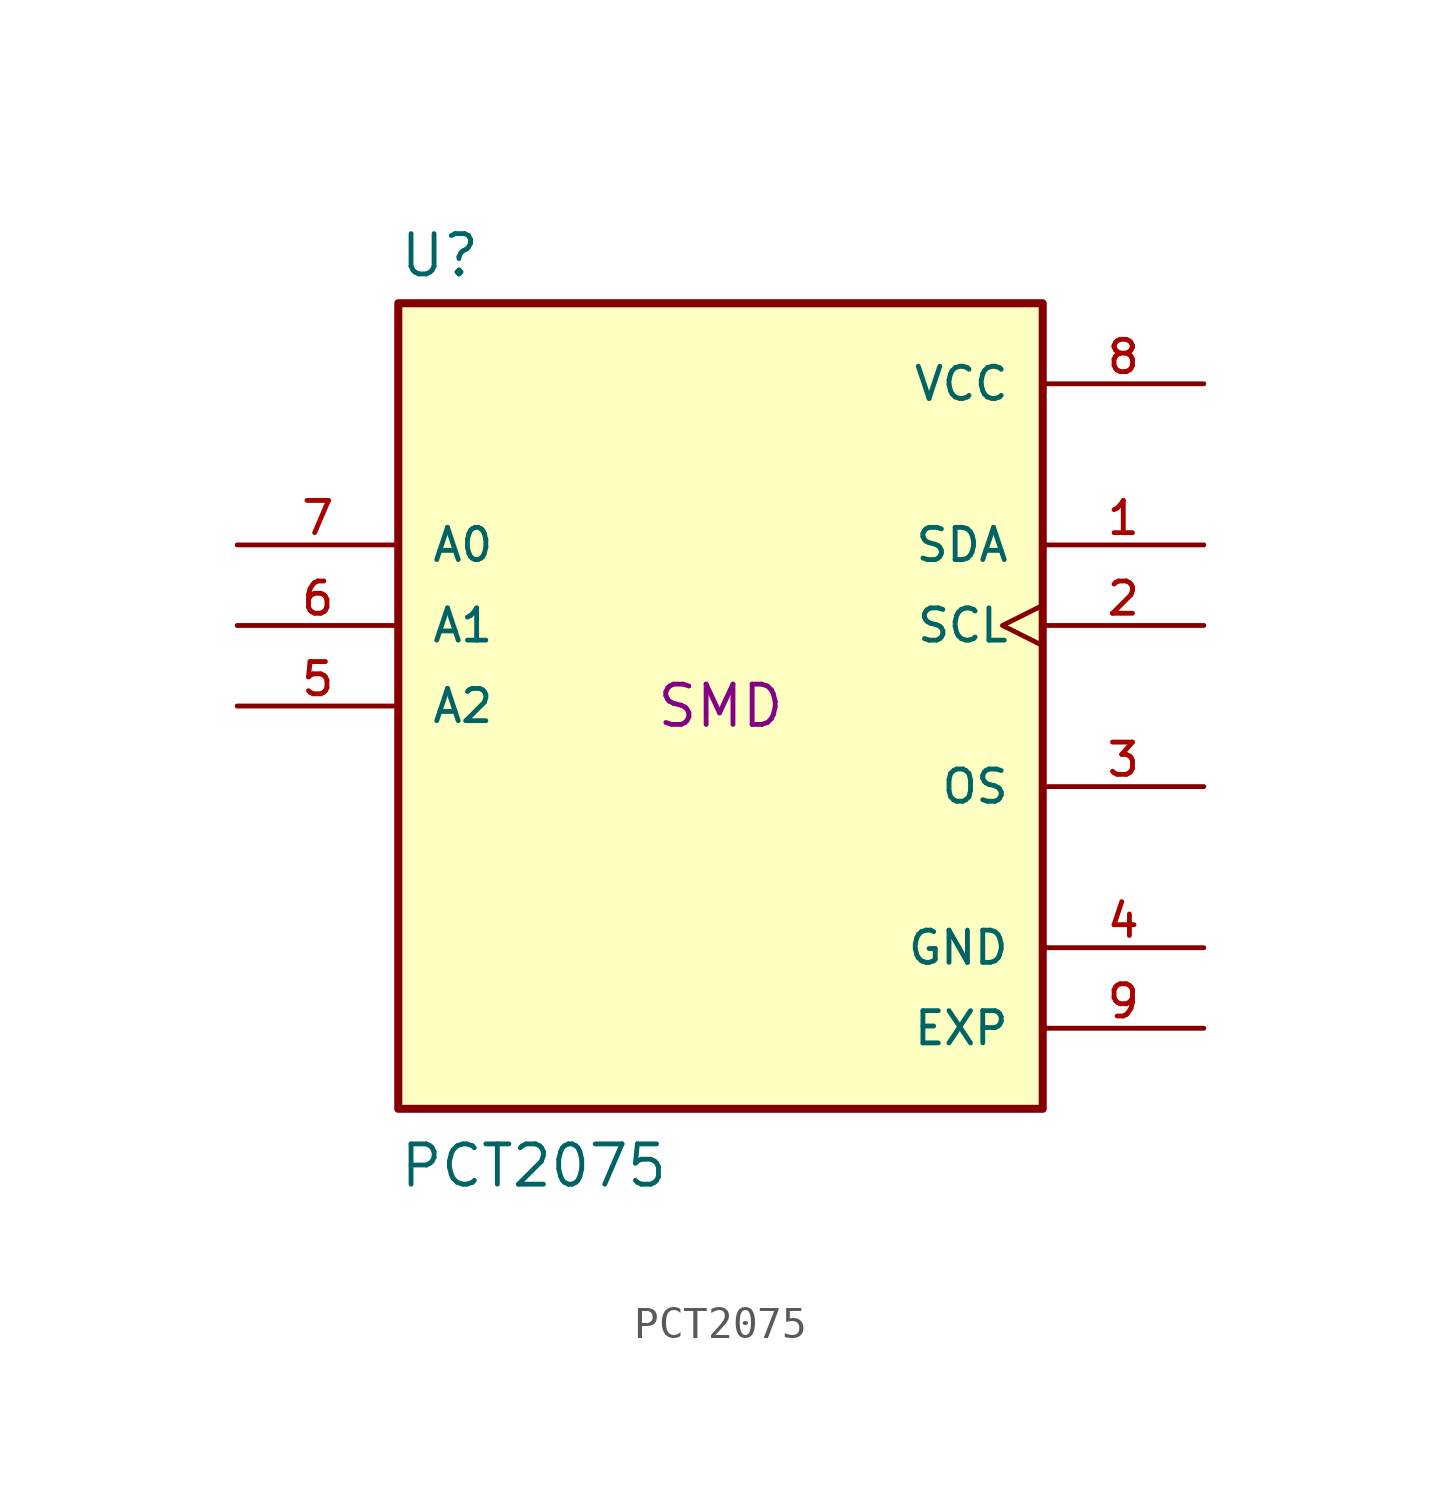
<source format=kicad_sym>
(kicad_symbol_lib
  (version 20231120)
  (generator "kicad_symbol_editor")
  (generator_version "8.0")
  (symbol "PCT2075"
    (pin_names
      (offset 1.016))
    (property "Reference" "U"
      (at -10.16 13.462 0)
      (effects (font (size 1.27 1.27)) (justify left bottom)))
    (property "Value" "PCT2075"
      (at -10.16 -15.24 0)
      (effects (font (size 1.27 1.27)) (justify left bottom)))
    (property "Type" "SMD"
      (at 0 0 0)
      (effects (font (size 1.27 1.27))))
    (symbol "PCT2075_0_0"
      (rectangle (start -10.16 -12.7) (end 10.16 12.7) (stroke (width 0.254) (type default)) (fill (type background)))
      (pin bidirectional line (at 15.24 5.08 180) (length 5.08) (name "SDA" (effects (font (size 1.016 1.016)))) (number "1" (effects (font (size 1.016 1.016)))))
      (pin input clock (at 15.24 2.54 180) (length 5.08) (name "SCL" (effects (font (size 1.016 1.016)))) (number "2" (effects (font (size 1.016 1.016)))))
      (pin output line (at 15.24 -2.54 180) (length 5.08) (name "OS" (effects (font (size 1.016 1.016)))) (number "3" (effects (font (size 1.016 1.016)))))
      (pin power_in line (at 15.24 -7.62 180) (length 5.08) (name "GND" (effects (font (size 1.016 1.016)))) (number "4" (effects (font (size 1.016 1.016)))))
      (pin input line (at -15.24 0 0) (length 5.08) (name "A2" (effects (font (size 1.016 1.016)))) (number "5" (effects (font (size 1.016 1.016)))))
      (pin input line (at -15.24 2.54 0) (length 5.08) (name "A1" (effects (font (size 1.016 1.016)))) (number "6" (effects (font (size 1.016 1.016)))))
      (pin input line (at -15.24 5.08 0) (length 5.08) (name "A0" (effects (font (size 1.016 1.016)))) (number "7" (effects (font (size 1.016 1.016)))))
      (pin power_in line (at 15.24 10.16 180) (length 5.08) (name "VCC" (effects (font (size 1.016 1.016)))) (number "8" (effects (font (size 1.016 1.016)))))
      (pin passive line (at 15.24 -10.16 180) (length 5.08) (name "EXP" (effects (font (size 1.016 1.016)))) (number "9" (effects (font (size 1.016 1.016))))))))
</source>
